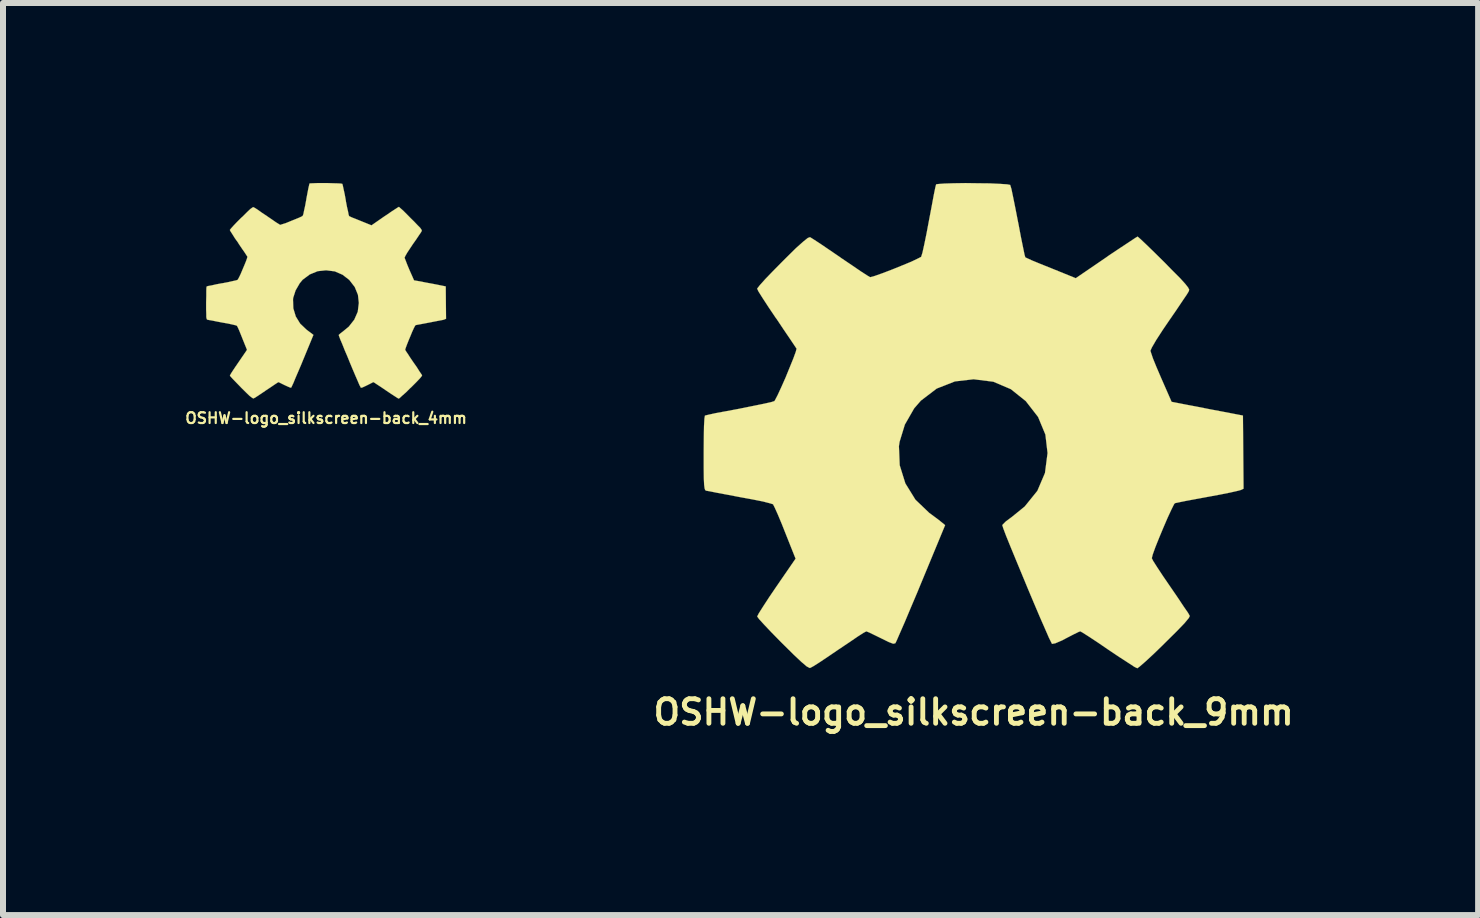
<source format=kicad_pcb>
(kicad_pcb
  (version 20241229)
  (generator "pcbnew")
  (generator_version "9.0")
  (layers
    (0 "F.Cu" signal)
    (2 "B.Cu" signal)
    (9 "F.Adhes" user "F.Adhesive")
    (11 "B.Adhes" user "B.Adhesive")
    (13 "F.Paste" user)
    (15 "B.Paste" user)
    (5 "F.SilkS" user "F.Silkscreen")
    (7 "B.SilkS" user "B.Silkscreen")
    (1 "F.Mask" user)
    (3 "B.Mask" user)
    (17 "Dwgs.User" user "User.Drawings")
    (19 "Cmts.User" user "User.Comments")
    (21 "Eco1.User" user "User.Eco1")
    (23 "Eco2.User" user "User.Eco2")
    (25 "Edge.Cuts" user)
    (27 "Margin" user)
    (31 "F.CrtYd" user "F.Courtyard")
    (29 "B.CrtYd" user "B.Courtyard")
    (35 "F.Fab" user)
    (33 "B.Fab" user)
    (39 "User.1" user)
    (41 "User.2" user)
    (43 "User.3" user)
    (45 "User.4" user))
  (footprint "OSHW-logo_silkscreen-back_9mm"
    (layer "F.Cu")
    (at 13.175 4.045)
    (property "Reference" "OSHW-logo_silkscreen-back_9mm" (at 0 4.773 0) (layer "F.SilkS") (effects (font (size 0.409 0.409) (thickness 0.081))))
    (attr through_hole)
    (fp_poly (pts (xy 2.728 4.041) (xy 2.68 4.018) (xy 2.576 3.95) (xy 2.426 3.853) (xy 2.248 3.734) (xy 2.07 3.612) (xy 1.923 3.515) (xy 1.819 3.449) (xy 1.778 3.426) (xy 1.753 3.434) (xy 1.669 3.475) (xy 1.547 3.538) (xy 1.476 3.576) (xy 1.361 3.625) (xy 1.306 3.635) (xy 1.298 3.619) (xy 1.255 3.533) (xy 1.191 3.386) (xy 1.105 3.19) (xy 1.008 2.962) (xy 0.904 2.715) (xy 0.8 2.464) (xy 0.701 2.225) (xy 0.612 2.009) (xy 0.541 1.834) (xy 0.495 1.712) (xy 0.478 1.659) (xy 0.483 1.648) (xy 0.538 1.593) (xy 0.638 1.519) (xy 0.851 1.346) (xy 1.062 1.085) (xy 1.189 0.787) (xy 1.232 0.455) (xy 1.196 0.147) (xy 1.074 -0.147) (xy 0.869 -0.411) (xy 0.62 -0.61) (xy 0.328 -0.734) (xy 0 -0.775) (xy -0.312 -0.739) (xy -0.615 -0.62) (xy -0.879 -0.419) (xy -0.991 -0.29) (xy -1.146 -0.02) (xy -1.234 0.267) (xy -1.245 0.34) (xy -1.232 0.658) (xy -1.138 0.96) (xy -0.97 1.232) (xy -0.739 1.453) (xy -0.711 1.473) (xy -0.602 1.554) (xy -0.531 1.61) (xy -0.475 1.656) (xy -0.876 2.624) (xy -0.94 2.779) (xy -1.052 3.043) (xy -1.148 3.272) (xy -1.227 3.452) (xy -1.28 3.574) (xy -1.303 3.622) (xy -1.306 3.625) (xy -1.341 3.632) (xy -1.415 3.604) (xy -1.549 3.538) (xy -1.641 3.493) (xy -1.742 3.444) (xy -1.788 3.426) (xy -1.829 3.447) (xy -1.928 3.51) (xy -2.07 3.607) (xy -2.245 3.724) (xy -2.408 3.835) (xy -2.56 3.937) (xy -2.672 4.008) (xy -2.725 4.036) (xy -2.733 4.036) (xy -2.781 4.011) (xy -2.868 3.937) (xy -3 3.813) (xy -3.188 3.627) (xy -3.216 3.599) (xy -3.368 3.444) (xy -3.493 3.312) (xy -3.576 3.221) (xy -3.607 3.178) (xy -3.579 3.124) (xy -3.51 3.015) (xy -3.409 2.86) (xy -3.287 2.68) (xy -2.967 2.215) (xy -3.142 1.775) (xy -3.195 1.641) (xy -3.264 1.476) (xy -3.317 1.359) (xy -3.343 1.308) (xy -3.391 1.293) (xy -3.51 1.262) (xy -3.686 1.227) (xy -3.894 1.189) (xy -4.092 1.151) (xy -4.27 1.118) (xy -4.399 1.092) (xy -4.458 1.082) (xy -4.473 1.072) (xy -4.483 1.044) (xy -4.491 0.983) (xy -4.496 0.874) (xy -4.498 0.704) (xy -4.498 0.455) (xy -4.498 0.429) (xy -4.496 0.191) (xy -4.493 0.003) (xy -4.486 -0.119) (xy -4.478 -0.168) (xy -4.475 -0.17) (xy -4.422 -0.183) (xy -4.295 -0.211) (xy -4.115 -0.244) (xy -3.901 -0.284) (xy -3.889 -0.287) (xy -3.675 -0.33) (xy -3.498 -0.366) (xy -3.373 -0.394) (xy -3.32 -0.411) (xy -3.31 -0.427) (xy -3.266 -0.511) (xy -3.205 -0.643) (xy -3.134 -0.803) (xy -3.066 -0.97) (xy -3.005 -1.12) (xy -2.964 -1.232) (xy -2.951 -1.283) (xy -2.951 -1.285) (xy -2.985 -1.336) (xy -3.058 -1.445) (xy -3.162 -1.598) (xy -3.284 -1.781) (xy -3.294 -1.793) (xy -3.416 -1.974) (xy -3.515 -2.126) (xy -3.584 -2.235) (xy -3.607 -2.283) (xy -3.607 -2.286) (xy -3.566 -2.339) (xy -3.475 -2.441) (xy -3.343 -2.578) (xy -3.185 -2.738) (xy -3.137 -2.786) (xy -2.962 -2.959) (xy -2.84 -3.068) (xy -2.764 -3.129) (xy -2.728 -3.142) (xy -2.725 -3.142) (xy -2.672 -3.109) (xy -2.558 -3.035) (xy -2.405 -2.931) (xy -2.223 -2.807) (xy -2.21 -2.797) (xy -2.029 -2.675) (xy -1.88 -2.573) (xy -1.773 -2.504) (xy -1.727 -2.477) (xy -1.717 -2.477) (xy -1.646 -2.497) (xy -1.516 -2.543) (xy -1.359 -2.603) (xy -1.194 -2.67) (xy -1.041 -2.733) (xy -0.93 -2.786) (xy -0.876 -2.814) (xy -0.874 -2.817) (xy -0.853 -2.883) (xy -0.823 -3.018) (xy -0.785 -3.203) (xy -0.744 -3.421) (xy -0.737 -3.457) (xy -0.696 -3.673) (xy -0.663 -3.851) (xy -0.638 -3.973) (xy -0.625 -4.023) (xy -0.594 -4.028) (xy -0.488 -4.036) (xy -0.33 -4.041) (xy -0.135 -4.044) (xy 0.069 -4.041) (xy 0.267 -4.039) (xy 0.437 -4.031) (xy 0.559 -4.023) (xy 0.61 -4.013) (xy 0.61 -4.011) (xy 0.63 -3.945) (xy 0.658 -3.81) (xy 0.696 -3.622) (xy 0.739 -3.401) (xy 0.747 -3.363) (xy 0.787 -3.15) (xy 0.823 -2.974) (xy 0.848 -2.852) (xy 0.861 -2.807) (xy 0.881 -2.797) (xy 0.97 -2.756) (xy 1.113 -2.697) (xy 1.29 -2.626) (xy 1.702 -2.459) (xy 2.207 -2.804) (xy 2.253 -2.837) (xy 2.436 -2.959) (xy 2.586 -3.058) (xy 2.69 -3.127) (xy 2.731 -3.152) (xy 2.736 -3.15) (xy 2.786 -3.106) (xy 2.885 -3.012) (xy 3.023 -2.878) (xy 3.183 -2.72) (xy 3.299 -2.601) (xy 3.439 -2.461) (xy 3.526 -2.365) (xy 3.574 -2.304) (xy 3.592 -2.268) (xy 3.586 -2.243) (xy 3.556 -2.192) (xy 3.48 -2.08) (xy 3.376 -1.925) (xy 3.254 -1.748) (xy 3.152 -1.598) (xy 3.043 -1.43) (xy 2.972 -1.308) (xy 2.946 -1.25) (xy 2.954 -1.224) (xy 2.987 -1.125) (xy 3.048 -0.975) (xy 3.124 -0.798) (xy 3.299 -0.399) (xy 3.561 -0.348) (xy 3.721 -0.318) (xy 3.942 -0.274) (xy 4.155 -0.234) (xy 4.488 -0.17) (xy 4.498 1.049) (xy 4.448 1.072) (xy 4.399 1.085) (xy 4.275 1.113) (xy 4.1 1.148) (xy 3.894 1.186) (xy 3.716 1.219) (xy 3.538 1.252) (xy 3.411 1.278) (xy 3.355 1.29) (xy 3.34 1.308) (xy 3.297 1.394) (xy 3.233 1.532) (xy 3.162 1.697) (xy 3.091 1.867) (xy 3.028 2.024) (xy 2.985 2.144) (xy 2.969 2.207) (xy 2.992 2.253) (xy 3.058 2.357) (xy 3.157 2.507) (xy 3.279 2.685) (xy 3.399 2.86) (xy 3.5 3.012) (xy 3.574 3.119) (xy 3.602 3.17) (xy 3.586 3.203) (xy 3.515 3.289) (xy 3.383 3.426) (xy 3.185 3.622) (xy 3.152 3.655) (xy 2.995 3.807) (xy 2.863 3.929) (xy 2.769 4.011) (xy 2.728 4.041)) (stroke (width 0.003) (type solid)) (fill yes) (layer "F.SilkS")))
  (footprint "OSHW-logo_silkscreen-back_4mm"
    (layer "F.Cu")
    (at 2.384 1.797)
    (property "Reference" "OSHW-logo_silkscreen-back_4mm" (at 0 2.121 0) (layer "F.SilkS") (effects (font (size 0.18 0.18) (thickness 0.036))))
    (attr through_hole)
    (fp_poly (pts (xy 1.212 1.796) (xy 1.191 1.786) (xy 1.143 1.755) (xy 1.077 1.712) (xy 0.998 1.659) (xy 0.919 1.605) (xy 0.853 1.562) (xy 0.808 1.532) (xy 0.79 1.521) (xy 0.78 1.524) (xy 0.742 1.544) (xy 0.686 1.572) (xy 0.655 1.587) (xy 0.605 1.61) (xy 0.579 1.615) (xy 0.577 1.608) (xy 0.556 1.57) (xy 0.528 1.504) (xy 0.49 1.417) (xy 0.447 1.316) (xy 0.401 1.206) (xy 0.356 1.095) (xy 0.31 0.988) (xy 0.272 0.892) (xy 0.239 0.815) (xy 0.218 0.759) (xy 0.211 0.737) (xy 0.213 0.732) (xy 0.239 0.709) (xy 0.282 0.676) (xy 0.378 0.597) (xy 0.47 0.48) (xy 0.528 0.348) (xy 0.546 0.201) (xy 0.531 0.066) (xy 0.478 -0.064) (xy 0.386 -0.183) (xy 0.274 -0.269) (xy 0.145 -0.325) (xy 0 -0.343) (xy -0.14 -0.328) (xy -0.272 -0.274) (xy -0.391 -0.185) (xy -0.439 -0.127) (xy -0.508 -0.008) (xy -0.549 0.119) (xy -0.551 0.15) (xy -0.546 0.292) (xy -0.505 0.427) (xy -0.432 0.546) (xy -0.328 0.645) (xy -0.315 0.655) (xy -0.267 0.691) (xy -0.236 0.714) (xy -0.211 0.734) (xy -0.389 1.166) (xy -0.417 1.234) (xy -0.467 1.351) (xy -0.511 1.453) (xy -0.544 1.534) (xy -0.569 1.587) (xy -0.579 1.61) (xy -0.594 1.613) (xy -0.627 1.6) (xy -0.688 1.572) (xy -0.729 1.552) (xy -0.775 1.529) (xy -0.795 1.521) (xy -0.813 1.532) (xy -0.856 1.56) (xy -0.919 1.603) (xy -0.996 1.654) (xy -1.069 1.704) (xy -1.138 1.75) (xy -1.186 1.781) (xy -1.212 1.793) (xy -1.214 1.793) (xy -1.234 1.781) (xy -1.275 1.75) (xy -1.333 1.694) (xy -1.415 1.613) (xy -1.427 1.6) (xy -1.496 1.529) (xy -1.552 1.471) (xy -1.59 1.43) (xy -1.603 1.412) (xy -1.59 1.387) (xy -1.56 1.339) (xy -1.514 1.27) (xy -1.46 1.191) (xy -1.318 0.983) (xy -1.397 0.787) (xy -1.42 0.729) (xy -1.45 0.655) (xy -1.473 0.605) (xy -1.486 0.582) (xy -1.506 0.574) (xy -1.56 0.561) (xy -1.638 0.544) (xy -1.73 0.528) (xy -1.819 0.511) (xy -1.897 0.495) (xy -1.956 0.485) (xy -1.981 0.48) (xy -1.986 0.475) (xy -1.991 0.462) (xy -1.996 0.437) (xy -1.996 0.389) (xy -1.999 0.312) (xy -1.999 0.201) (xy -1.999 0.191) (xy -1.996 0.084) (xy -1.996 0) (xy -1.994 -0.053) (xy -1.989 -0.074) (xy -1.963 -0.081) (xy -1.908 -0.091) (xy -1.829 -0.109) (xy -1.732 -0.127) (xy -1.727 -0.127) (xy -1.633 -0.145) (xy -1.554 -0.163) (xy -1.499 -0.175) (xy -1.476 -0.183) (xy -1.471 -0.188) (xy -1.45 -0.226) (xy -1.422 -0.284) (xy -1.392 -0.356) (xy -1.361 -0.429) (xy -1.333 -0.498) (xy -1.316 -0.546) (xy -1.311 -0.569) (xy -1.326 -0.592) (xy -1.359 -0.643) (xy -1.405 -0.709) (xy -1.46 -0.79) (xy -1.463 -0.798) (xy -1.519 -0.876) (xy -1.562 -0.945) (xy -1.593 -0.993) (xy -1.603 -1.013) (xy -1.603 -1.016) (xy -1.585 -1.039) (xy -1.544 -1.085) (xy -1.486 -1.146) (xy -1.415 -1.217) (xy -1.392 -1.237) (xy -1.316 -1.313) (xy -1.262 -1.364) (xy -1.227 -1.389) (xy -1.212 -1.397) (xy -1.212 -1.394) (xy -1.186 -1.382) (xy -1.135 -1.349) (xy -1.067 -1.3) (xy -0.986 -1.247) (xy -0.98 -1.242) (xy -0.902 -1.189) (xy -0.836 -1.143) (xy -0.787 -1.113) (xy -0.767 -1.1) (xy -0.762 -1.1) (xy -0.732 -1.11) (xy -0.673 -1.128) (xy -0.605 -1.156) (xy -0.531 -1.186) (xy -0.462 -1.214) (xy -0.411 -1.237) (xy -0.389 -1.25) (xy -0.389 -1.252) (xy -0.378 -1.28) (xy -0.366 -1.341) (xy -0.348 -1.422) (xy -0.33 -1.521) (xy -0.328 -1.537) (xy -0.31 -1.631) (xy -0.295 -1.709) (xy -0.282 -1.765) (xy -0.277 -1.788) (xy -0.264 -1.791) (xy -0.216 -1.793) (xy -0.145 -1.796) (xy -0.058 -1.796) (xy 0.03 -1.796) (xy 0.117 -1.793) (xy 0.193 -1.791) (xy 0.246 -1.788) (xy 0.269 -1.783) (xy 0.272 -1.781) (xy 0.279 -1.753) (xy 0.292 -1.692) (xy 0.31 -1.61) (xy 0.328 -1.511) (xy 0.33 -1.494) (xy 0.348 -1.4) (xy 0.366 -1.321) (xy 0.376 -1.267) (xy 0.384 -1.247) (xy 0.391 -1.242) (xy 0.429 -1.224) (xy 0.493 -1.199) (xy 0.574 -1.166) (xy 0.757 -1.092) (xy 0.98 -1.247) (xy 1.001 -1.26) (xy 1.082 -1.316) (xy 1.148 -1.359) (xy 1.194 -1.389) (xy 1.214 -1.4) (xy 1.237 -1.379) (xy 1.283 -1.339) (xy 1.344 -1.278) (xy 1.412 -1.209) (xy 1.466 -1.156) (xy 1.527 -1.092) (xy 1.567 -1.052) (xy 1.587 -1.024) (xy 1.595 -1.006) (xy 1.593 -0.996) (xy 1.58 -0.973) (xy 1.547 -0.925) (xy 1.501 -0.856) (xy 1.445 -0.777) (xy 1.4 -0.709) (xy 1.351 -0.635) (xy 1.321 -0.582) (xy 1.308 -0.554) (xy 1.311 -0.544) (xy 1.328 -0.5) (xy 1.354 -0.432) (xy 1.387 -0.353) (xy 1.466 -0.175) (xy 1.582 -0.155) (xy 1.654 -0.14) (xy 1.753 -0.122) (xy 1.847 -0.104) (xy 1.994 -0.074) (xy 1.999 0.465) (xy 1.976 0.475) (xy 1.953 0.483) (xy 1.9 0.493) (xy 1.821 0.508) (xy 1.73 0.526) (xy 1.651 0.541) (xy 1.572 0.556) (xy 1.516 0.566) (xy 1.491 0.572) (xy 1.483 0.582) (xy 1.463 0.62) (xy 1.435 0.681) (xy 1.405 0.754) (xy 1.374 0.828) (xy 1.346 0.899) (xy 1.326 0.953) (xy 1.318 0.98) (xy 1.328 1.001) (xy 1.359 1.046) (xy 1.402 1.113) (xy 1.455 1.191) (xy 1.511 1.27) (xy 1.554 1.339) (xy 1.587 1.387) (xy 1.6 1.407) (xy 1.593 1.422) (xy 1.562 1.46) (xy 1.504 1.521) (xy 1.415 1.61) (xy 1.4 1.623) (xy 1.331 1.692) (xy 1.27 1.745) (xy 1.229 1.783) (xy 1.212 1.796)) (stroke (width 0.003) (type solid)) (fill yes) (layer "F.SilkS")))
  (gr_rect
    (start -3 -3)
    (end 21.582 12.199)
    (stroke (width 0.1) (type default))
    (fill no)
    (layer "Edge.Cuts")))
</source>
